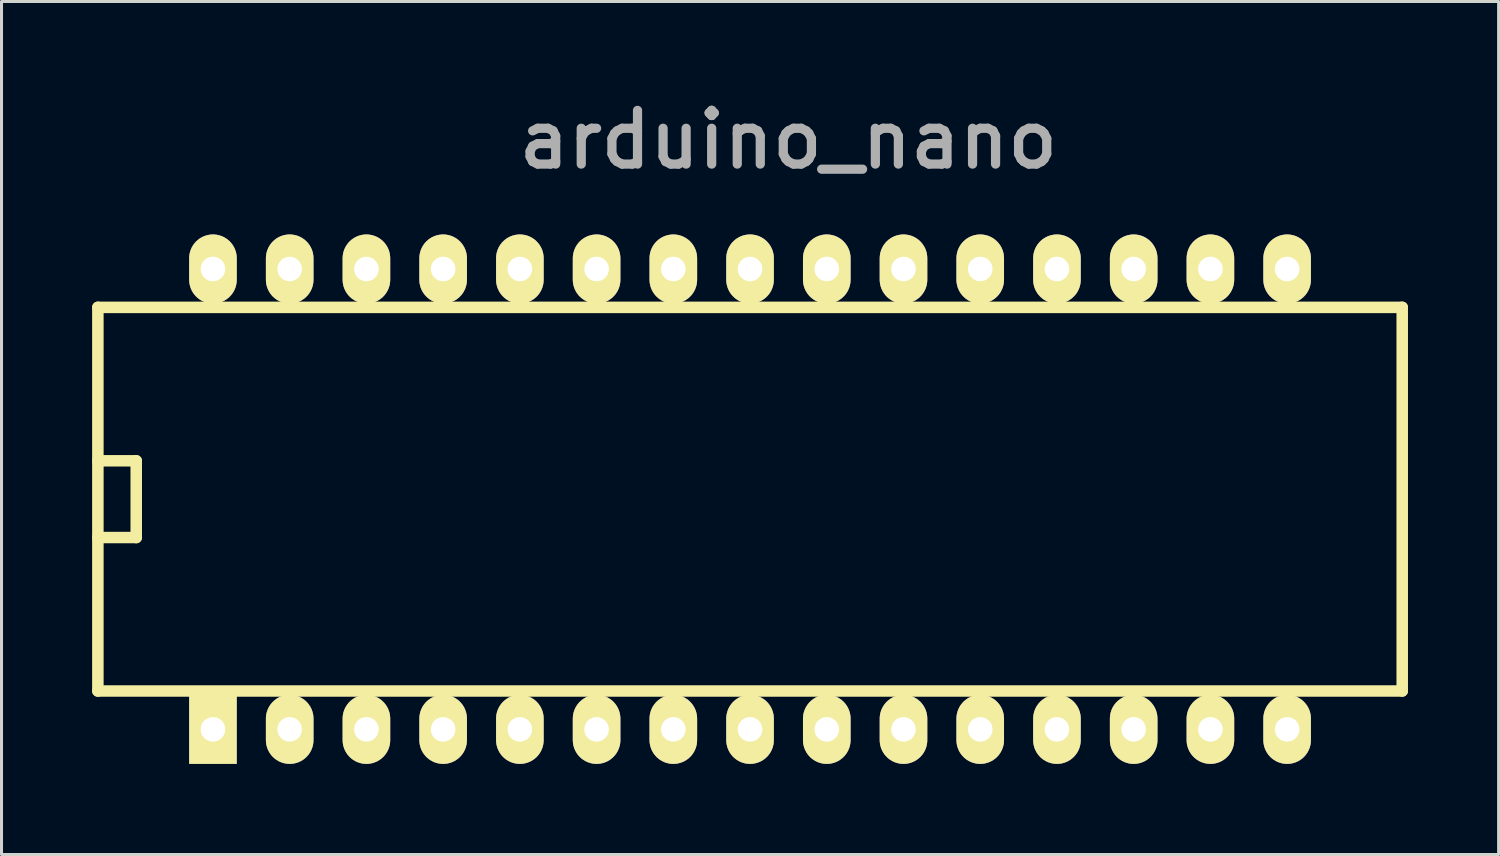
<source format=kicad_pcb>
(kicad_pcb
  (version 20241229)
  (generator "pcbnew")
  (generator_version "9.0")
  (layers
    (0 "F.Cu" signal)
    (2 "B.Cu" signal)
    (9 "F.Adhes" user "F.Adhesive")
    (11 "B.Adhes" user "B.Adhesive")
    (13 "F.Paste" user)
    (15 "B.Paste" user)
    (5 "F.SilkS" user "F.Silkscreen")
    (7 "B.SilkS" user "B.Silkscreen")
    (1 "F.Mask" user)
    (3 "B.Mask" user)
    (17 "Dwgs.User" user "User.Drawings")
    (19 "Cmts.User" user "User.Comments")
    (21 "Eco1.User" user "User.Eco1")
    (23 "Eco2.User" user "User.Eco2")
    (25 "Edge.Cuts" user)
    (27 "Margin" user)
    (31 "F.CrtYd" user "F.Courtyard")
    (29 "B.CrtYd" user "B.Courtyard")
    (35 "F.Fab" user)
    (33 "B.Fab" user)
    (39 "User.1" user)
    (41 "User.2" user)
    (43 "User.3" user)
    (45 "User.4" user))
  (footprint "arduino_nano"
    (layer "F.Cu")
    (at 23.05 13.475)
    (property "Reference" "arduino_nano" (at 0 -11.9 0) (layer "F.Fab") (effects (font (size 1.778 1.778) (thickness 0.305))))
    (attr through_hole)
    (fp_line (start -22.86 -6.35) (end 20.32 -6.35) (stroke (width 0.381) (type solid)) (layer "F.SilkS"))
    (fp_line (start -22.86 1.27) (end -21.59 1.27) (stroke (width 0.381) (type solid)) (layer "F.SilkS"))
    (fp_line (start -22.86 6.35) (end -22.86 -6.35) (stroke (width 0.381) (type solid)) (layer "F.SilkS"))
    (fp_line (start -21.59 -1.27) (end -22.86 -1.27) (stroke (width 0.381) (type solid)) (layer "F.SilkS"))
    (fp_line (start -21.59 1.27) (end -21.59 -1.27) (stroke (width 0.381) (type solid)) (layer "F.SilkS"))
    (fp_line (start 20.32 -6.35) (end 20.32 6.35) (stroke (width 0.381) (type solid)) (layer "F.SilkS"))
    (fp_line (start 20.32 6.35) (end -22.86 6.35) (stroke (width 0.381) (type solid)) (layer "F.SilkS"))
    (pad "3V3" thru_hole oval (at -16.51 7.62) (size 1.575 2.286) (drill 0.813) (layers "*.Cu" "*.Mask" "F.SilkS"))
    (pad "5V" thru_hole oval (at 8.89 7.62) (size 1.575 2.286) (drill 0.813) (layers "*.Cu" "*.Mask" "F.SilkS"))
    (pad "A0" thru_hole oval (at -11.43 7.62) (size 1.575 2.286) (drill 0.813) (layers "*.Cu" "*.Mask" "F.SilkS"))
    (pad "A1" thru_hole oval (at -8.89 7.62) (size 1.575 2.286) (drill 0.813) (layers "*.Cu" "*.Mask" "F.SilkS"))
    (pad "A2" thru_hole oval (at -6.35 7.62) (size 1.575 2.286) (drill 0.813) (layers "*.Cu" "*.Mask" "F.SilkS"))
    (pad "A3" thru_hole oval (at -3.81 7.62) (size 1.575 2.286) (drill 0.813) (layers "*.Cu" "*.Mask" "F.SilkS"))
    (pad "A4" thru_hole oval (at -1.27 7.62) (size 1.575 2.286) (drill 0.813) (layers "*.Cu" "*.Mask" "F.SilkS"))
    (pad "A5" thru_hole oval (at 1.27 7.62) (size 1.575 2.286) (drill 0.813) (layers "*.Cu" "*.Mask" "F.SilkS"))
    (pad "A6" thru_hole oval (at 3.81 7.62) (size 1.575 2.286) (drill 0.813) (layers "*.Cu" "*.Mask" "F.SilkS"))
    (pad "A7" thru_hole oval (at 6.35 7.62) (size 1.575 2.286) (drill 0.813) (layers "*.Cu" "*.Mask" "F.SilkS"))
    (pad "D2" thru_hole oval (at 6.35 -7.62) (size 1.575 2.286) (drill 0.813) (layers "*.Cu" "*.Mask" "F.SilkS"))
    (pad "D3" thru_hole oval (at 3.81 -7.62) (size 1.575 2.286) (drill 0.813) (layers "*.Cu" "*.Mask" "F.SilkS"))
    (pad "D4" thru_hole oval (at 1.27 -7.62) (size 1.575 2.286) (drill 0.813) (layers "*.Cu" "*.Mask" "F.SilkS"))
    (pad "D5" thru_hole oval (at -1.27 -7.62) (size 1.575 2.286) (drill 0.813) (layers "*.Cu" "*.Mask" "F.SilkS"))
    (pad "D6" thru_hole oval (at -3.81 -7.62) (size 1.575 2.286) (drill 0.813) (layers "*.Cu" "*.Mask" "F.SilkS"))
    (pad "D7" thru_hole oval (at -6.35 -7.62) (size 1.575 2.286) (drill 0.813) (layers "*.Cu" "*.Mask" "F.SilkS"))
    (pad "D8" thru_hole oval (at -8.89 -7.62) (size 1.575 2.286) (drill 0.813) (layers "*.Cu" "*.Mask" "F.SilkS"))
    (pad "D9" thru_hole oval (at -11.43 -7.62) (size 1.575 2.286) (drill 0.813) (layers "*.Cu" "*.Mask" "F.SilkS"))
    (pad "D10" thru_hole oval (at -13.97 -7.62) (size 1.575 2.286) (drill 0.813) (layers "*.Cu" "*.Mask" "F.SilkS"))
    (pad "D11" thru_hole oval (at -16.51 -7.62) (size 1.575 2.286) (drill 0.813) (layers "*.Cu" "*.Mask" "F.SilkS"))
    (pad "D12" thru_hole oval (at -19.05 -7.62) (size 1.575 2.286) (drill 0.813) (layers "*.Cu" "*.Mask" "F.SilkS"))
    (pad "D13" thru_hole rect (at -19.05 7.62) (size 1.575 2.286) (drill 0.813) (layers "*.Cu" "*.Mask" "F.SilkS"))
    (pad "GND" thru_hole oval (at 8.89 -7.62) (size 1.575 2.286) (drill 0.813) (layers "*.Cu" "*.Mask" "F.SilkS"))
    (pad "GND" thru_hole oval (at 13.97 7.62) (size 1.575 2.286) (drill 0.813) (layers "*.Cu" "*.Mask" "F.SilkS"))
    (pad "REF" thru_hole oval (at -13.97 7.62) (size 1.575 2.286) (drill 0.813) (layers "*.Cu" "*.Mask" "F.SilkS"))
    (pad "RST" thru_hole oval (at 11.43 -7.62) (size 1.575 2.286) (drill 0.813) (layers "*.Cu" "*.Mask" "F.SilkS"))
    (pad "RST" thru_hole oval (at 11.43 7.62) (size 1.575 2.286) (drill 0.813) (layers "*.Cu" "*.Mask" "F.SilkS"))
    (pad "RX1" thru_hole oval (at 13.97 -7.62) (size 1.575 2.286) (drill 0.813) (layers "*.Cu" "*.Mask" "F.SilkS"))
    (pad "TX1" thru_hole oval (at 16.51 -7.62) (size 1.575 2.286) (drill 0.813) (layers "*.Cu" "*.Mask" "F.SilkS"))
    (pad "VIN" thru_hole oval (at 16.51 7.62) (size 1.575 2.286) (drill 0.813) (layers "*.Cu" "*.Mask" "F.SilkS")))
  (gr_rect
    (start -3 -3)
    (end 46.561 25.238)
    (stroke (width 0.1) (type default))
    (fill no)
    (layer "Edge.Cuts")))
</source>
